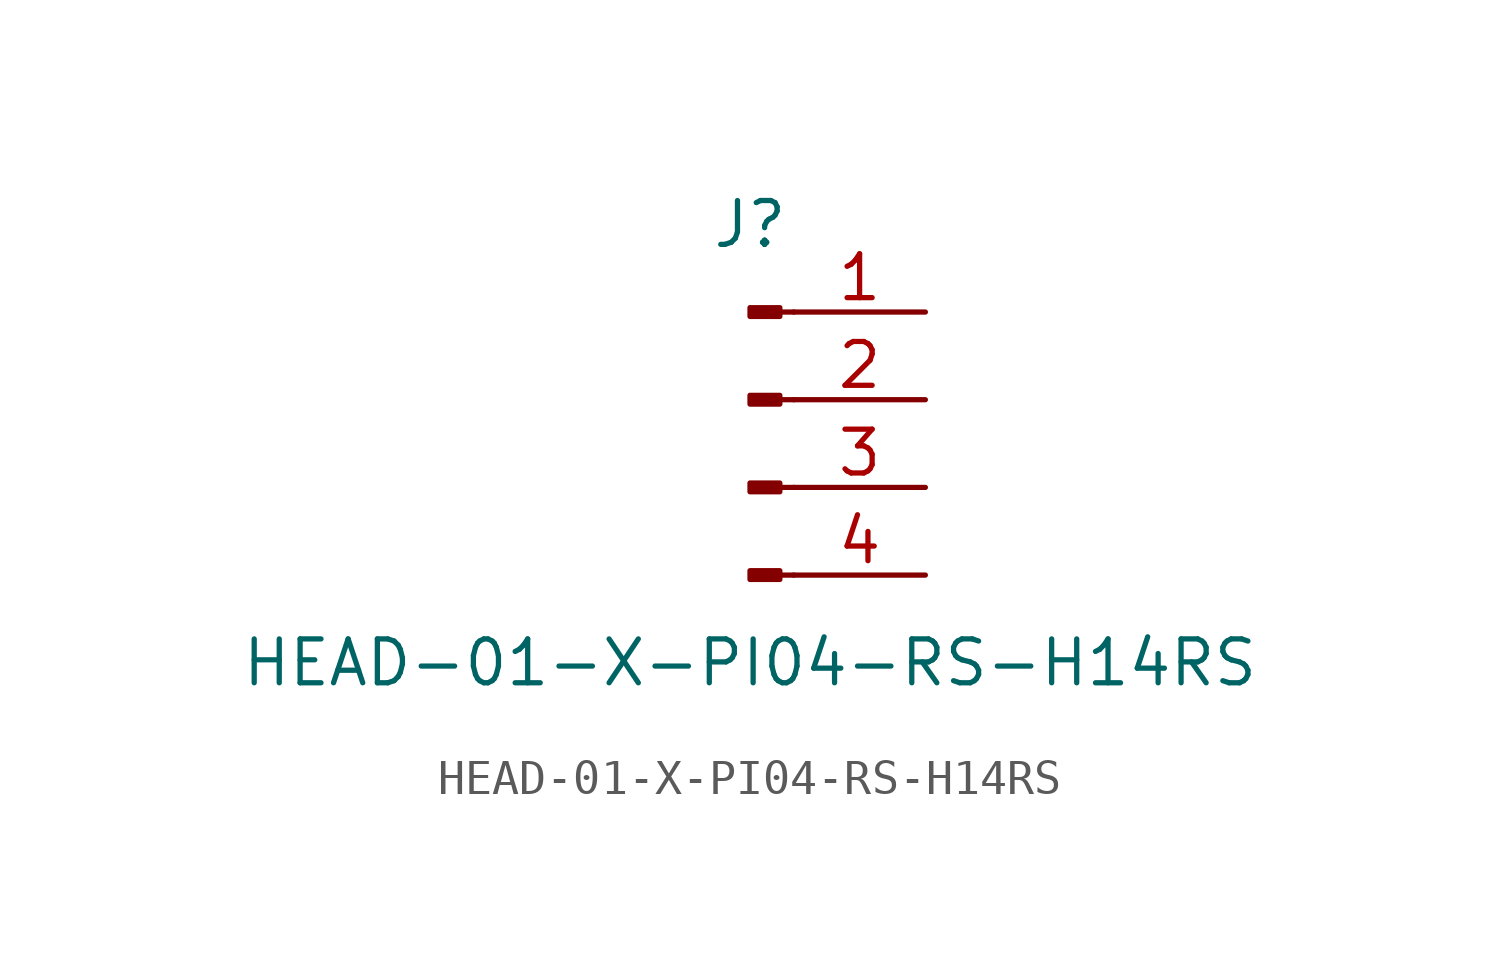
<source format=kicad_sym>
(kicad_symbol_lib
  (version 20211014)
  (generator kicad_symbol_editor)
  (symbol "HEAD-01-X-PI04-RS-H14RS"
    (pin_names
      (offset 1.016) hide)
    (property "Reference" "J"
      (at 0 5.08 0)
      (effects (font (size 1.27 1.27))))
    (property "Value" "HEAD-01-X-PI04-RS-H14RS"
      (at 0 -7.62 0)
      (effects (font (size 1.27 1.27))))
    (symbol "HEAD-01-X-PI04-RS-H14RS_1_1"
      (polyline (pts (xy 1.27 -5.08) (xy 0.864 -5.08)) (stroke (width 0.152) (type default) (color 0 0 0 0)) (fill (type none)))
      (polyline (pts (xy 1.27 -2.54) (xy 0.864 -2.54)) (stroke (width 0.152) (type default) (color 0 0 0 0)) (fill (type none)))
      (polyline (pts (xy 1.27 0) (xy 0.864 0)) (stroke (width 0.152) (type default) (color 0 0 0 0)) (fill (type none)))
      (polyline (pts (xy 1.27 2.54) (xy 0.864 2.54)) (stroke (width 0.152) (type default) (color 0 0 0 0)) (fill (type none)))
      (rectangle (start 0.864 -4.953) (end 0 -5.207) (stroke (width 0.152) (type default) (color 0 0 0 0)) (fill (type outline)))
      (rectangle (start 0.864 -2.413) (end 0 -2.667) (stroke (width 0.152) (type default) (color 0 0 0 0)) (fill (type outline)))
      (rectangle (start 0.864 0.127) (end 0 -0.127) (stroke (width 0.152) (type default) (color 0 0 0 0)) (fill (type outline)))
      (rectangle (start 0.864 2.667) (end 0 2.413) (stroke (width 0.152) (type default) (color 0 0 0 0)) (fill (type outline)))
      (pin passive line (at 5.08 2.54 180) (length 3.81) (name "Pin_1" (effects (font (size 1.27 1.27)))) (number "1" (effects (font (size 1.27 1.27)))))
      (pin passive line (at 5.08 0 180) (length 3.81) (name "Pin_2" (effects (font (size 1.27 1.27)))) (number "2" (effects (font (size 1.27 1.27)))))
      (pin passive line (at 5.08 -2.54 180) (length 3.81) (name "Pin_3" (effects (font (size 1.27 1.27)))) (number "3" (effects (font (size 1.27 1.27)))))
      (pin passive line (at 5.08 -5.08 180) (length 3.81) (name "Pin_4" (effects (font (size 1.27 1.27)))) (number "4" (effects (font (size 1.27 1.27))))))))
</source>
